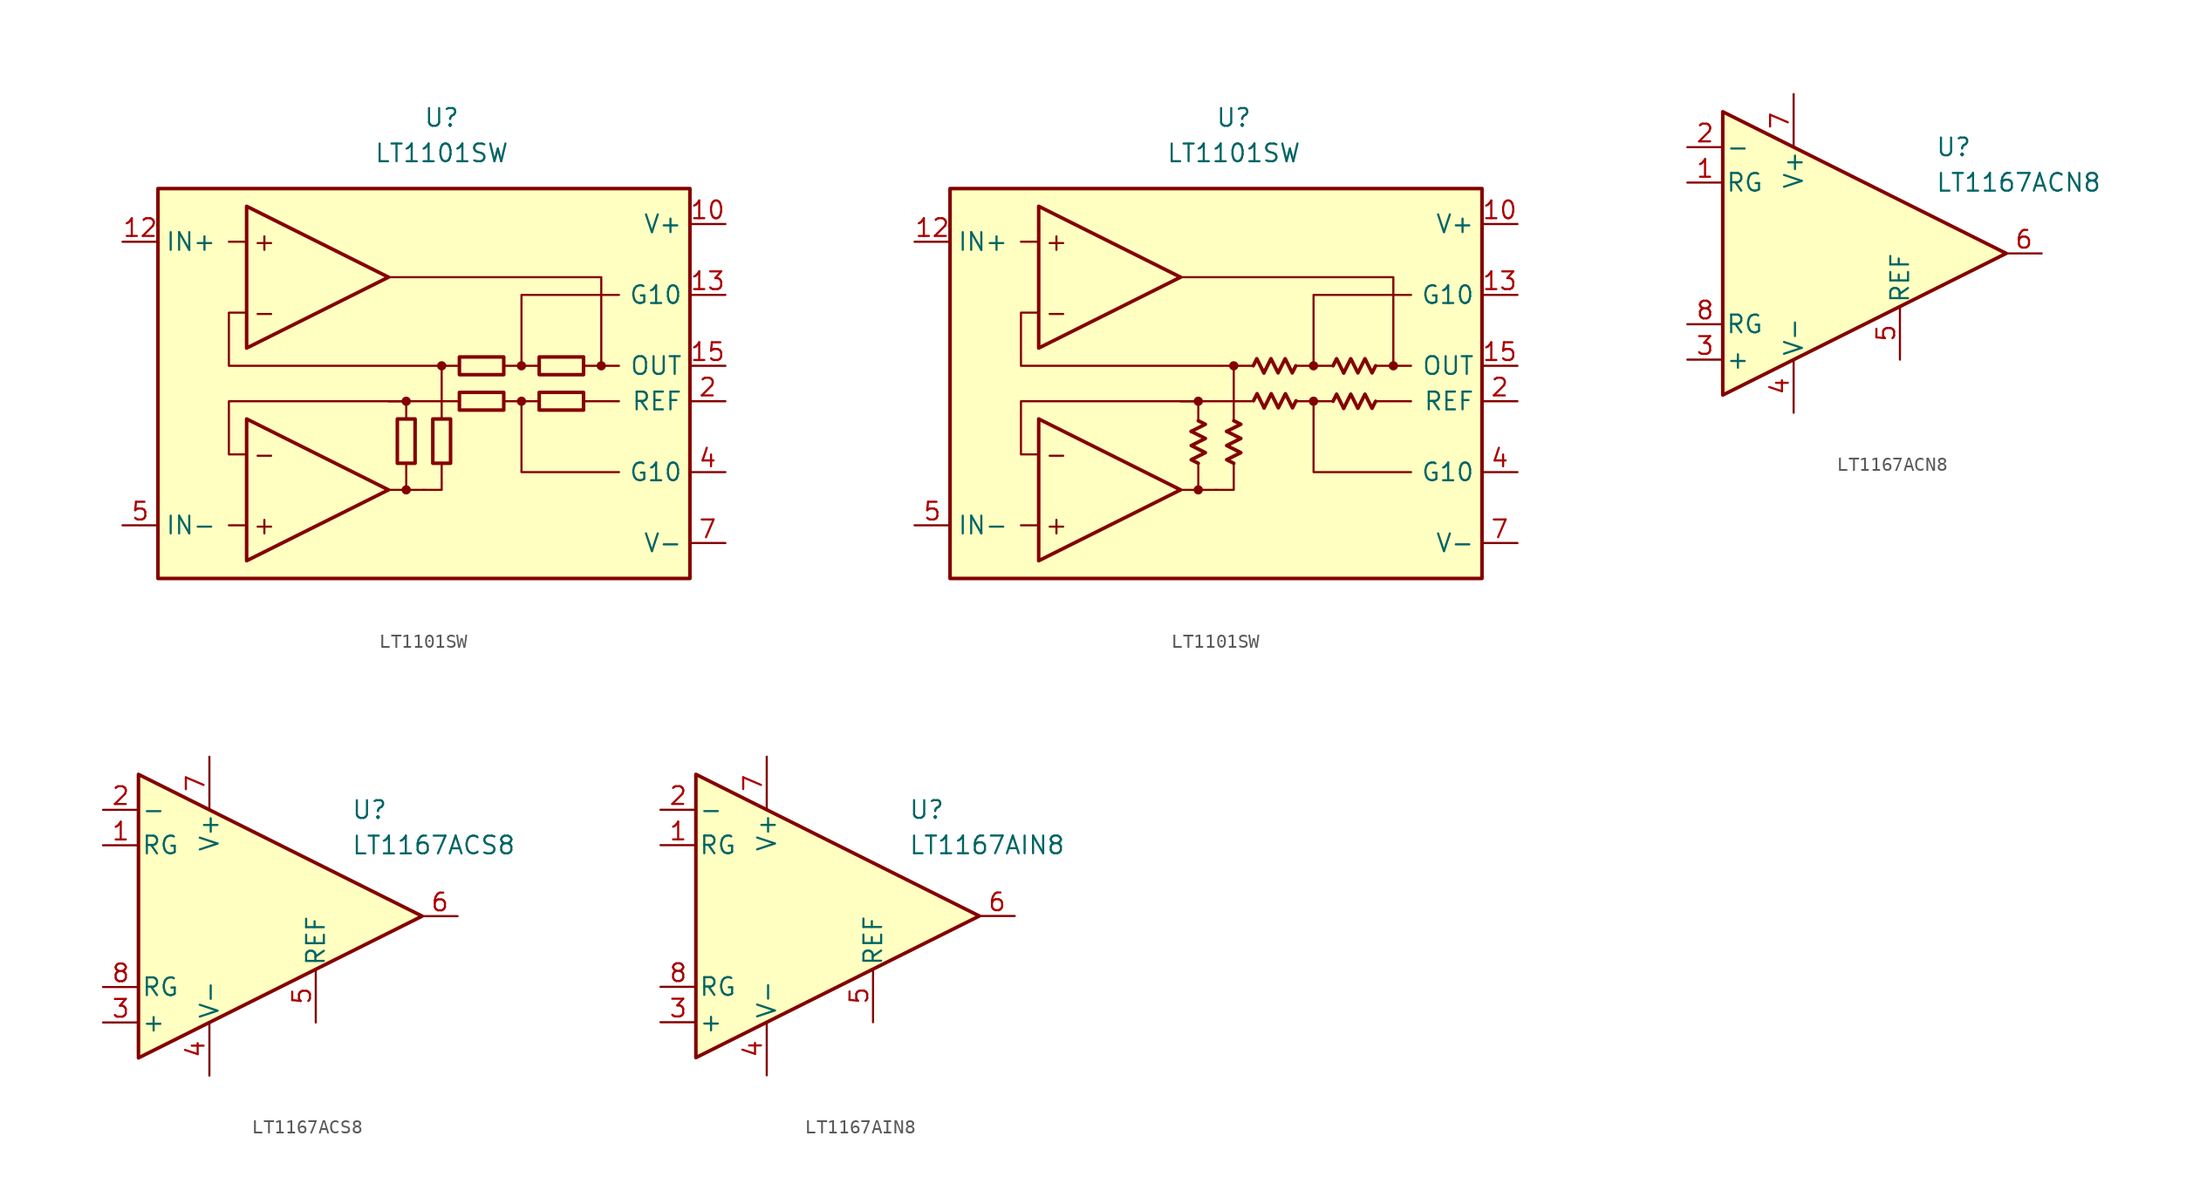
<source format=kicad_sym>
(kicad_symbol_lib
  (version 20231120)
  (generator "kicad_symbol_editor")
  (generator_version "8.0")
  (symbol "LT1101SW"
    (property "Reference" "U"
      (at 0 19.05 0)
      (effects (font (size 1.27 1.27))))
    (property "Value" "LT1101SW"
      (at 0 16.51 0)
      (effects (font (size 1.27 1.27))))
    (symbol "LT1101SW_0_0"
      (rectangle (start -20.32 13.97) (end 17.78 -13.97) (stroke (width 0.254) (type default)) (fill (type background)))
      (circle (center -2.54 -7.62) (radius 0.254) (stroke (width 0.152) (type default)) (fill (type outline)))
      (circle (center -2.54 -1.27) (radius 0.254) (stroke (width 0.152) (type default)) (fill (type outline)))
      (polyline (pts (xy -13.97 -10.16) (xy -15.24 -10.16)) (stroke (width 0.152) (type default)) (fill (type none)))
      (polyline (pts (xy -13.97 10.16) (xy -15.24 10.16)) (stroke (width 0.152) (type default)) (fill (type none)))
      (polyline (pts (xy -3.81 -7.62) (xy -1.27 -7.62)) (stroke (width 0.152) (type default)) (fill (type none)))
      (polyline (pts (xy -2.54 -5.715) (xy -2.54 -7.62)) (stroke (width 0.152) (type default)) (fill (type none)))
      (polyline (pts (xy -2.54 -2.54) (xy -2.54 -1.27)) (stroke (width 0.152) (type default)) (fill (type none)))
      (polyline (pts (xy 0 -2.54) (xy 0 -1.27)) (stroke (width 0.152) (type default)) (fill (type none)))
      (polyline (pts (xy 0 -1.27) (xy 0 1.27)) (stroke (width 0.152) (type default)) (fill (type none)))
      (polyline (pts (xy 1.27 -1.27) (xy -3.81 -1.27)) (stroke (width 0.152) (type default)) (fill (type none)))
      (polyline (pts (xy 5.715 -1.27) (xy 4.445 -1.27)) (stroke (width 0.152) (type default)) (fill (type none)))
      (polyline (pts (xy 5.715 1.27) (xy 4.445 1.27)) (stroke (width 0.152) (type default)) (fill (type none)))
      (polyline (pts (xy 6.985 -1.27) (xy 5.715 -1.27)) (stroke (width 0.152) (type default)) (fill (type none)))
      (polyline (pts (xy 6.985 1.27) (xy 5.715 1.27)) (stroke (width 0.152) (type default)) (fill (type none)))
      (polyline (pts (xy 11.43 1.27) (xy 12.7 1.27)) (stroke (width 0.152) (type default)) (fill (type none)))
      (polyline (pts (xy 12.7 -1.27) (xy 10.16 -1.27)) (stroke (width 0.152) (type default)) (fill (type none)))
      (polyline (pts (xy -1.27 -7.62) (xy 0 -7.62) (xy 0 -5.715)) (stroke (width 0.152) (type default)) (fill (type none)))
      (polyline (pts (xy 5.715 1.27) (xy 5.715 6.35) (xy 12.7 6.35)) (stroke (width 0.152) (type default)) (fill (type none)))
      (polyline (pts (xy 12.7 -6.35) (xy 5.715 -6.35) (xy 5.715 -1.27)) (stroke (width 0.152) (type default)) (fill (type none)))
      (polyline (pts (xy -2.54 -1.27) (xy -15.24 -1.27) (xy -15.24 -5.08) (xy -13.97 -5.08)) (stroke (width 0.152) (type default)) (fill (type none)))
      (polyline (pts (xy 10.16 1.27) (xy 11.43 1.27) (xy 11.43 7.62) (xy -3.81 7.62)) (stroke (width 0.152) (type default)) (fill (type none)))
      (polyline (pts (xy 1.27 1.27) (xy -15.24 1.27) (xy -15.24 5.08) (xy -15.24 5.08) (xy -13.97 5.08)) (stroke (width 0.152) (type default)) (fill (type none)))
      (circle (center 0 1.27) (radius 0.254) (stroke (width 0.152) (type default)) (fill (type outline)))
      (circle (center 5.715 -1.27) (radius 0.254) (stroke (width 0.152) (type default)) (fill (type outline)))
      (circle (center 5.715 1.27) (radius 0.254) (stroke (width 0.152) (type default)) (fill (type outline)))
      (circle (center 11.43 1.27) (radius 0.254) (stroke (width 0.152) (type default)) (fill (type outline)))
      (text "+" (at -12.7 -10.16 0) (effects (font (size 1.27 1.27))))
      (text "+" (at -12.7 10.16 0) (effects (font (size 1.27 1.27))))
      (text "-" (at -12.7 -5.08 0) (effects (font (size 1.27 1.27))))
      (text "-" (at -12.7 5.08 0) (effects (font (size 1.27 1.27)))))
    (symbol "LT1101SW_0_1"
      (rectangle (start -3.175 -5.715) (end -1.905 -2.54) (stroke (width 0.254) (type default)) (fill (type none)))
      (rectangle (start -0.635 -5.715) (end 0.635 -2.54) (stroke (width 0.254) (type default)) (fill (type none)))
      (rectangle (start 1.27 1.905) (end 4.445 0.635) (stroke (width 0.254) (type default)) (fill (type none)))
      (rectangle (start 4.445 -1.905) (end 1.27 -0.635) (stroke (width 0.254) (type default)) (fill (type none)))
      (rectangle (start 10.16 -1.905) (end 6.985 -0.635) (stroke (width 0.254) (type default)) (fill (type none)))
      (rectangle (start 10.16 0.635) (end 6.985 1.905) (stroke (width 0.254) (type default)) (fill (type none))))
    (symbol "LT1101SW_0_2"
      (polyline (pts (xy -3.048 -3.429) (xy -2.032 -2.921) (xy -2.54 -2.667)) (stroke (width 0.254) (type default)) (fill (type none)))
      (polyline (pts (xy -0.508 -3.429) (xy 0.508 -2.921) (xy 0 -2.667)) (stroke (width 0.254) (type default)) (fill (type none)))
      (polyline (pts (xy 2.159 0.762) (xy 1.651 1.778) (xy 1.397 1.27)) (stroke (width 0.254) (type default)) (fill (type none)))
      (polyline (pts (xy 2.177 -1.746) (xy 1.669 -0.73) (xy 1.415 -1.238)) (stroke (width 0.254) (type default)) (fill (type none)))
      (polyline (pts (xy 7.874 -1.778) (xy 7.366 -0.762) (xy 7.112 -1.27)) (stroke (width 0.254) (type default)) (fill (type none)))
      (polyline (pts (xy 7.874 0.762) (xy 7.366 1.778) (xy 7.112 1.27)) (stroke (width 0.254) (type default)) (fill (type none)))
      (polyline (pts (xy -2.54 -5.715) (xy -3.048 -5.461) (xy -2.032 -4.953) (xy -3.048 -4.445) (xy -2.032 -3.937) (xy -3.048 -3.429)) (stroke (width 0.254) (type default)) (fill (type none)))
      (polyline (pts (xy 0 -5.715) (xy -0.508 -5.461) (xy 0.508 -4.953) (xy -0.508 -4.445) (xy 0.508 -3.937) (xy -0.508 -3.429)) (stroke (width 0.254) (type default)) (fill (type none)))
      (polyline (pts (xy 4.445 1.27) (xy 4.191 0.762) (xy 3.683 1.778) (xy 3.175 0.762) (xy 2.667 1.778) (xy 2.159 0.762)) (stroke (width 0.254) (type default)) (fill (type none)))
      (polyline (pts (xy 4.463 -1.238) (xy 4.209 -1.746) (xy 3.701 -0.73) (xy 3.193 -1.746) (xy 2.685 -0.73) (xy 2.177 -1.746)) (stroke (width 0.254) (type default)) (fill (type none)))
      (polyline (pts (xy 10.16 -1.27) (xy 9.906 -1.778) (xy 9.398 -0.762) (xy 8.89 -1.778) (xy 8.382 -0.762) (xy 7.874 -1.778)) (stroke (width 0.254) (type default)) (fill (type none)))
      (polyline (pts (xy 10.16 1.27) (xy 9.906 0.762) (xy 9.398 1.778) (xy 8.89 0.762) (xy 8.382 1.778) (xy 7.874 0.762)) (stroke (width 0.254) (type default)) (fill (type none))))
    (symbol "LT1101SW_1_0"
      (polyline (pts (xy -13.97 -2.54) (xy -13.97 -12.7) (xy -3.81 -7.62) (xy -13.97 -2.54)) (stroke (width 0.254) (type default)) (fill (type background)))
      (polyline (pts (xy -13.97 12.7) (xy -13.97 2.54) (xy -3.81 7.62) (xy -13.97 12.7)) (stroke (width 0.254) (type default)) (fill (type background))))
    (symbol "LT1101SW_1_1"
      (pin free line (at 3.81 8.89 0) (length 2.54) hide (name "NC" (effects (font (size 1.27 1.27)))) (number "1" (effects (font (size 1.27 1.27)))))
      (pin power_in line (at 20.32 11.43 180) (length 2.54) (name "V+" (effects (font (size 1.27 1.27)))) (number "10" (effects (font (size 1.27 1.27)))))
      (pin free line (at 3.81 -3.81 0) (length 2.54) hide (name "NC" (effects (font (size 1.27 1.27)))) (number "11" (effects (font (size 1.27 1.27)))))
      (pin input line (at -22.86 10.16 0) (length 2.54) (name "IN+" (effects (font (size 1.27 1.27)))) (number "12" (effects (font (size 1.27 1.27)))))
      (pin passive line (at 20.32 6.35 180) (length 2.54) (name "G10" (effects (font (size 1.27 1.27)))) (number "13" (effects (font (size 1.27 1.27)))))
      (pin free line (at 3.81 -6.35 0) (length 2.54) hide (name "NC" (effects (font (size 1.27 1.27)))) (number "14" (effects (font (size 1.27 1.27)))))
      (pin output line (at 20.32 1.27 180) (length 2.54) (name "OUT" (effects (font (size 1.27 1.27)))) (number "15" (effects (font (size 1.27 1.27)))))
      (pin free line (at 3.81 -8.89 0) (length 2.54) hide (name "NC" (effects (font (size 1.27 1.27)))) (number "16" (effects (font (size 1.27 1.27)))))
      (pin input line (at 20.32 -1.27 180) (length 2.54) (name "REF" (effects (font (size 1.27 1.27)))) (number "2" (effects (font (size 1.27 1.27)))))
      (pin free line (at 3.81 6.35 0) (length 2.54) hide (name "NC" (effects (font (size 1.27 1.27)))) (number "3" (effects (font (size 1.27 1.27)))))
      (pin passive line (at 20.32 -6.35 180) (length 2.54) (name "G10" (effects (font (size 1.27 1.27)))) (number "4" (effects (font (size 1.27 1.27)))))
      (pin input line (at -22.86 -10.16 0) (length 2.54) (name "IN-" (effects (font (size 1.27 1.27)))) (number "5" (effects (font (size 1.27 1.27)))))
      (pin free line (at 3.81 3.81 0) (length 2.54) hide (name "NC" (effects (font (size 1.27 1.27)))) (number "6" (effects (font (size 1.27 1.27)))))
      (pin power_in line (at 20.32 -11.43 180) (length 2.54) (name "V-" (effects (font (size 1.27 1.27)))) (number "7" (effects (font (size 1.27 1.27)))))
      (pin free line (at 3.81 1.27 0) (length 2.54) hide (name "NC" (effects (font (size 1.27 1.27)))) (number "8" (effects (font (size 1.27 1.27)))))
      (pin free line (at 3.81 -1.27 0) (length 2.54) hide (name "NC" (effects (font (size 1.27 1.27)))) (number "9" (effects (font (size 1.27 1.27))))))
    (symbol "LT1101SW_1_2"
      (pin no_connect line (at 3.81 8.89 0) (length 2.54) hide (name "NC" (effects (font (size 1.27 1.27)))) (number "1" (effects (font (size 1.27 1.27)))))
      (pin power_in line (at 20.32 11.43 180) (length 2.54) (name "V+" (effects (font (size 1.27 1.27)))) (number "10" (effects (font (size 1.27 1.27)))))
      (pin no_connect line (at 3.81 -3.81 0) (length 2.54) hide (name "NC" (effects (font (size 1.27 1.27)))) (number "11" (effects (font (size 1.27 1.27)))))
      (pin input line (at -22.86 10.16 0) (length 2.54) (name "IN+" (effects (font (size 1.27 1.27)))) (number "12" (effects (font (size 1.27 1.27)))))
      (pin passive line (at 20.32 6.35 180) (length 2.54) (name "G10" (effects (font (size 1.27 1.27)))) (number "13" (effects (font (size 1.27 1.27)))))
      (pin no_connect line (at 3.81 -6.35 0) (length 2.54) hide (name "NC" (effects (font (size 1.27 1.27)))) (number "14" (effects (font (size 1.27 1.27)))))
      (pin output line (at 20.32 1.27 180) (length 2.54) (name "OUT" (effects (font (size 1.27 1.27)))) (number "15" (effects (font (size 1.27 1.27)))))
      (pin no_connect line (at 3.81 -8.89 0) (length 2.54) hide (name "NC" (effects (font (size 1.27 1.27)))) (number "16" (effects (font (size 1.27 1.27)))))
      (pin input line (at 20.32 -1.27 180) (length 2.54) (name "REF" (effects (font (size 1.27 1.27)))) (number "2" (effects (font (size 1.27 1.27)))))
      (pin no_connect line (at 3.81 6.35 0) (length 2.54) hide (name "NC" (effects (font (size 1.27 1.27)))) (number "3" (effects (font (size 1.27 1.27)))))
      (pin passive line (at 20.32 -6.35 180) (length 2.54) (name "G10" (effects (font (size 1.27 1.27)))) (number "4" (effects (font (size 1.27 1.27)))))
      (pin input line (at -22.86 -10.16 0) (length 2.54) (name "IN-" (effects (font (size 1.27 1.27)))) (number "5" (effects (font (size 1.27 1.27)))))
      (pin no_connect line (at 3.81 3.81 0) (length 2.54) hide (name "NC" (effects (font (size 1.27 1.27)))) (number "6" (effects (font (size 1.27 1.27)))))
      (pin power_in line (at 20.32 -11.43 180) (length 2.54) (name "V-" (effects (font (size 1.27 1.27)))) (number "7" (effects (font (size 1.27 1.27)))))
      (pin no_connect line (at 3.81 1.27 0) (length 2.54) hide (name "NC" (effects (font (size 1.27 1.27)))) (number "8" (effects (font (size 1.27 1.27)))))
      (pin no_connect line (at 3.81 -1.27 0) (length 2.54) hide (name "NC" (effects (font (size 1.27 1.27)))) (number "9" (effects (font (size 1.27 1.27)))))))
  (symbol "LT1167ACN8"
    (pin_names
      (offset 0.2))
    (property "Reference" "U"
      (at 6.35 7.62 0)
      (effects (font (size 1.27 1.27)) (justify left)))
    (property "Value" "LT1167ACN8"
      (at 6.35 5.08 0)
      (effects (font (size 1.27 1.27)) (justify left)))
    (symbol "LT1167ACN8_0_1"
      (polyline (pts (xy -8.89 10.16) (xy -8.89 -10.16) (xy 11.43 0) (xy -8.89 10.16)) (stroke (width 0.254) (type default)) (fill (type background))))
    (symbol "LT1167ACN8_1_1"
      (pin passive line (at -11.43 5.08 0) (length 2.54) (name "RG" (effects (font (size 1.27 1.27)))) (number "1" (effects (font (size 1.27 1.27)))))
      (pin input line (at -11.43 7.62 0) (length 2.54) (name "-" (effects (font (size 1.27 1.27)))) (number "2" (effects (font (size 1.27 1.27)))))
      (pin input line (at -11.43 -7.62 0) (length 2.54) (name "+" (effects (font (size 1.27 1.27)))) (number "3" (effects (font (size 1.27 1.27)))))
      (pin power_in line (at -3.81 -11.43 90) (length 3.81) (name "V-" (effects (font (size 1.27 1.27)))) (number "4" (effects (font (size 1.27 1.27)))))
      (pin input line (at 3.81 -7.62 90) (length 3.81) (name "REF" (effects (font (size 1.27 1.27)))) (number "5" (effects (font (size 1.27 1.27)))))
      (pin output line (at 13.97 0 180) (length 2.54) (name "~" (effects (font (size 1.27 1.27)))) (number "6" (effects (font (size 1.27 1.27)))))
      (pin power_in line (at -3.81 11.43 270) (length 3.81) (name "V+" (effects (font (size 1.27 1.27)))) (number "7" (effects (font (size 1.27 1.27)))))
      (pin passive line (at -11.43 -5.08 0) (length 2.54) (name "RG" (effects (font (size 1.27 1.27)))) (number "8" (effects (font (size 1.27 1.27)))))))
  (symbol "LT1167ACS8"
    (pin_names
      (offset 0.2))
    (property "Reference" "U"
      (at 6.35 7.62 0)
      (effects (font (size 1.27 1.27)) (justify left)))
    (property "Value" "LT1167ACS8"
      (at 6.35 5.08 0)
      (effects (font (size 1.27 1.27)) (justify left)))
    (symbol "LT1167ACS8_0_1"
      (polyline (pts (xy -8.89 10.16) (xy -8.89 -10.16) (xy 11.43 0) (xy -8.89 10.16)) (stroke (width 0.254) (type default)) (fill (type background))))
    (symbol "LT1167ACS8_1_1"
      (pin passive line (at -11.43 5.08 0) (length 2.54) (name "RG" (effects (font (size 1.27 1.27)))) (number "1" (effects (font (size 1.27 1.27)))))
      (pin input line (at -11.43 7.62 0) (length 2.54) (name "-" (effects (font (size 1.27 1.27)))) (number "2" (effects (font (size 1.27 1.27)))))
      (pin input line (at -11.43 -7.62 0) (length 2.54) (name "+" (effects (font (size 1.27 1.27)))) (number "3" (effects (font (size 1.27 1.27)))))
      (pin power_in line (at -3.81 -11.43 90) (length 3.81) (name "V-" (effects (font (size 1.27 1.27)))) (number "4" (effects (font (size 1.27 1.27)))))
      (pin input line (at 3.81 -7.62 90) (length 3.81) (name "REF" (effects (font (size 1.27 1.27)))) (number "5" (effects (font (size 1.27 1.27)))))
      (pin output line (at 13.97 0 180) (length 2.54) (name "~" (effects (font (size 1.27 1.27)))) (number "6" (effects (font (size 1.27 1.27)))))
      (pin power_in line (at -3.81 11.43 270) (length 3.81) (name "V+" (effects (font (size 1.27 1.27)))) (number "7" (effects (font (size 1.27 1.27)))))
      (pin passive line (at -11.43 -5.08 0) (length 2.54) (name "RG" (effects (font (size 1.27 1.27)))) (number "8" (effects (font (size 1.27 1.27)))))))
  (symbol "LT1167AIN8"
    (pin_names
      (offset 0.2))
    (property "Reference" "U"
      (at 6.35 7.62 0)
      (effects (font (size 1.27 1.27)) (justify left)))
    (property "Value" "LT1167AIN8"
      (at 6.35 5.08 0)
      (effects (font (size 1.27 1.27)) (justify left)))
    (symbol "LT1167AIN8_0_1"
      (polyline (pts (xy -8.89 10.16) (xy -8.89 -10.16) (xy 11.43 0) (xy -8.89 10.16)) (stroke (width 0.254) (type default)) (fill (type background))))
    (symbol "LT1167AIN8_1_1"
      (pin passive line (at -11.43 5.08 0) (length 2.54) (name "RG" (effects (font (size 1.27 1.27)))) (number "1" (effects (font (size 1.27 1.27)))))
      (pin input line (at -11.43 7.62 0) (length 2.54) (name "-" (effects (font (size 1.27 1.27)))) (number "2" (effects (font (size 1.27 1.27)))))
      (pin input line (at -11.43 -7.62 0) (length 2.54) (name "+" (effects (font (size 1.27 1.27)))) (number "3" (effects (font (size 1.27 1.27)))))
      (pin power_in line (at -3.81 -11.43 90) (length 3.81) (name "V-" (effects (font (size 1.27 1.27)))) (number "4" (effects (font (size 1.27 1.27)))))
      (pin input line (at 3.81 -7.62 90) (length 3.81) (name "REF" (effects (font (size 1.27 1.27)))) (number "5" (effects (font (size 1.27 1.27)))))
      (pin output line (at 13.97 0 180) (length 2.54) (name "~" (effects (font (size 1.27 1.27)))) (number "6" (effects (font (size 1.27 1.27)))))
      (pin power_in line (at -3.81 11.43 270) (length 3.81) (name "V+" (effects (font (size 1.27 1.27)))) (number "7" (effects (font (size 1.27 1.27)))))
      (pin passive line (at -11.43 -5.08 0) (length 2.54) (name "RG" (effects (font (size 1.27 1.27)))) (number "8" (effects (font (size 1.27 1.27))))))))
</source>
